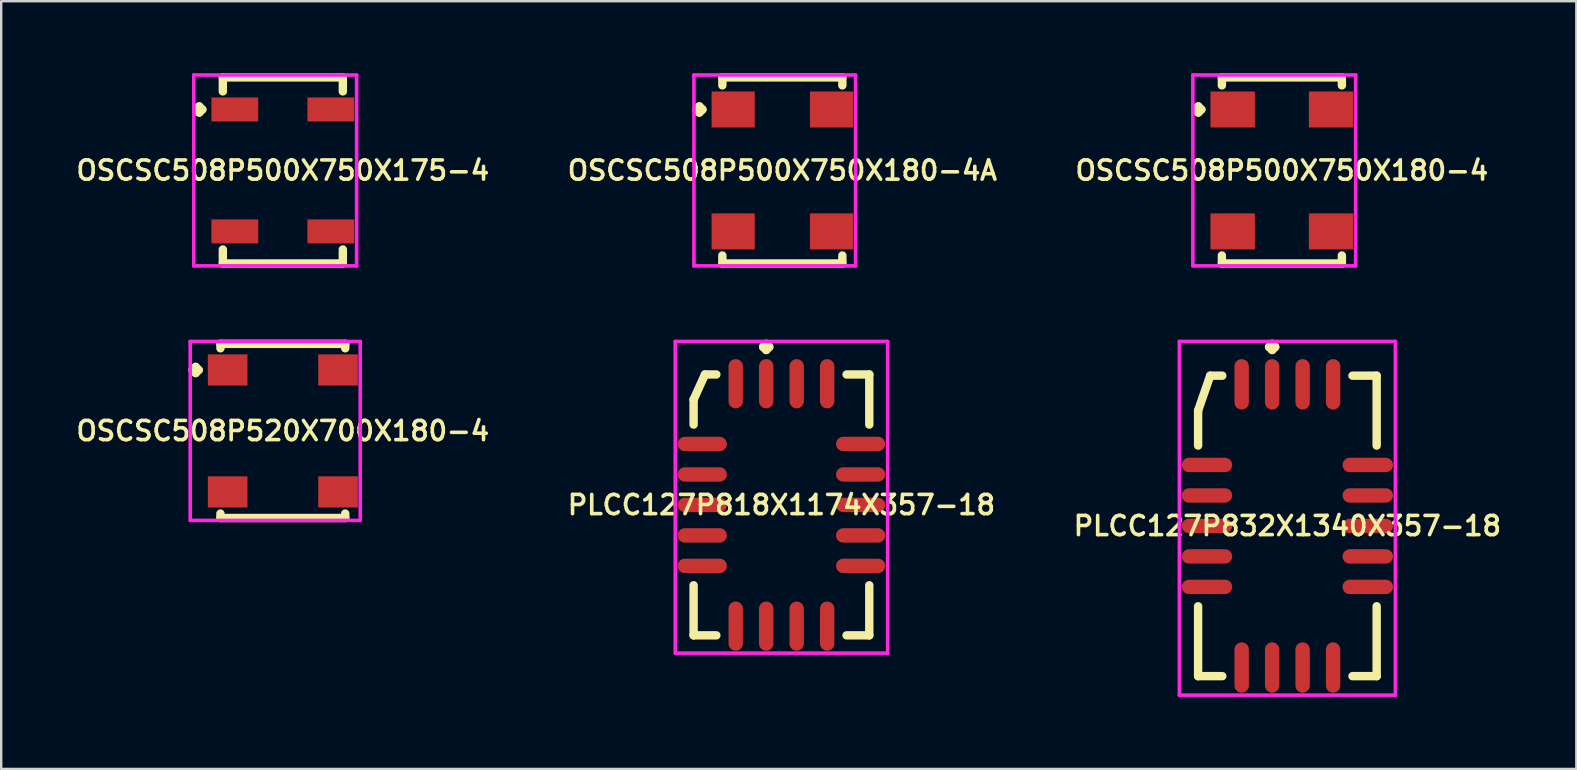
<source format=kicad_pcb>
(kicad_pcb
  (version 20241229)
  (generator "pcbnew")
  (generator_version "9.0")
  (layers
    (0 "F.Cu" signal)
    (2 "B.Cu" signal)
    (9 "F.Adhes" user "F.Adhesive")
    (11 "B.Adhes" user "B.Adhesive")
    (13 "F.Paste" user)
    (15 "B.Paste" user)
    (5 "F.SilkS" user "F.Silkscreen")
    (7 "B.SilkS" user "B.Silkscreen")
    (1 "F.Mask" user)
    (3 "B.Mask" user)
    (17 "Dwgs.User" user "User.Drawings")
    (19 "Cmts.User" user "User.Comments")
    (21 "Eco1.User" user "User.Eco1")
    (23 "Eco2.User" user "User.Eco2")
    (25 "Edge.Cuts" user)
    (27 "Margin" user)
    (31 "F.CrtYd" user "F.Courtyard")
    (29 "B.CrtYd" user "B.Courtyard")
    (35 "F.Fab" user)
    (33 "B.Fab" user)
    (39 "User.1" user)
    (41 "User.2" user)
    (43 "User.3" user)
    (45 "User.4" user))
  (footprint "OSCSC508P500X750X180-4"
    (layer "F.Cu")
    (at 50.363 4.052)
    (property "Reference" "OSCSC508P500X750X180-4" (at 0 0 0) (layer "F.SilkS") (effects (font (size 0.8 0.8) (thickness 0.15))))
    (attr smd)
    (fp_line (start -3.61 -2.54) (end -3.483 -2.667) (stroke (width 0.35) (type solid)) (layer "F.SilkS"))
    (fp_line (start -3.483 -2.667) (end -3.356 -2.54) (stroke (width 0.35) (type solid)) (layer "F.SilkS"))
    (fp_line (start -3.483 -2.413) (end -3.61 -2.54) (stroke (width 0.35) (type solid)) (layer "F.SilkS"))
    (fp_line (start -3.356 -2.54) (end -3.483 -2.413) (stroke (width 0.35) (type solid)) (layer "F.SilkS"))
    (fp_line (start -2.5 -3.877) (end 2.5 -3.877) (stroke (width 0.35) (type solid)) (layer "F.SilkS"))
    (fp_line (start -2.5 -3.544) (end -2.5 -3.877) (stroke (width 0.35) (type solid)) (layer "F.SilkS"))
    (fp_line (start -2.5 3.544) (end -2.5 3.877) (stroke (width 0.35) (type solid)) (layer "F.SilkS"))
    (fp_line (start -2.5 3.877) (end 2.5 3.877) (stroke (width 0.35) (type solid)) (layer "F.SilkS"))
    (fp_line (start 2.5 -3.877) (end 2.5 -3.544) (stroke (width 0.35) (type solid)) (layer "F.SilkS"))
    (fp_line (start 2.5 3.877) (end 2.5 3.544) (stroke (width 0.35) (type solid)) (layer "F.SilkS"))
    (fp_line (start -3.71 -3.977) (end 3.075 -3.977) (stroke (width 0.15) (type solid)) (layer "F.CrtYd"))
    (fp_line (start -3.71 3.977) (end -3.71 -3.977) (stroke (width 0.15) (type solid)) (layer "F.CrtYd"))
    (fp_line (start 3.075 -3.977) (end 3.075 3.977) (stroke (width 0.15) (type solid)) (layer "F.CrtYd"))
    (fp_line (start 3.075 3.977) (end -3.71 3.977) (stroke (width 0.15) (type solid)) (layer "F.CrtYd"))
    (pad "1" smd rect (at -2.05 -2.54) (size 1.85 1.5) (layers "F.Cu" "F.Mask" "F.Paste"))
    (pad "2" smd rect (at -2.05 2.54) (size 1.85 1.5) (layers "F.Cu" "F.Mask" "F.Paste"))
    (pad "3" smd rect (at 2.05 2.54) (size 1.85 1.5) (layers "F.Cu" "F.Mask" "F.Paste"))
    (pad "4" smd rect (at 2.05 -2.54) (size 1.85 1.5) (layers "F.Cu" "F.Mask" "F.Paste")))
  (footprint "OSCSC508P520X700X180-4"
    (layer "F.Cu")
    (at 8.735 14.906)
    (property "Reference" "OSCSC508P520X700X180-4" (at 0 0 0) (layer "F.SilkS") (effects (font (size 0.8 0.8) (thickness 0.15))))
    (attr smd)
    (fp_line (start -3.76 -2.54) (end -3.633 -2.667) (stroke (width 0.35) (type solid)) (layer "F.SilkS"))
    (fp_line (start -3.633 -2.667) (end -3.506 -2.54) (stroke (width 0.35) (type solid)) (layer "F.SilkS"))
    (fp_line (start -3.633 -2.413) (end -3.76 -2.54) (stroke (width 0.35) (type solid)) (layer "F.SilkS"))
    (fp_line (start -3.506 -2.54) (end -3.633 -2.413) (stroke (width 0.35) (type solid)) (layer "F.SilkS"))
    (fp_line (start -2.6 -3.627) (end 2.6 -3.627) (stroke (width 0.35) (type solid)) (layer "F.SilkS"))
    (fp_line (start -2.6 -3.444) (end -2.6 -3.627) (stroke (width 0.35) (type solid)) (layer "F.SilkS"))
    (fp_line (start -2.6 3.444) (end -2.6 3.627) (stroke (width 0.35) (type solid)) (layer "F.SilkS"))
    (fp_line (start -2.6 3.627) (end 2.6 3.627) (stroke (width 0.35) (type solid)) (layer "F.SilkS"))
    (fp_line (start 2.6 -3.627) (end 2.6 -3.444) (stroke (width 0.35) (type solid)) (layer "F.SilkS"))
    (fp_line (start 2.6 3.627) (end 2.6 3.444) (stroke (width 0.35) (type solid)) (layer "F.SilkS"))
    (fp_line (start -3.86 -3.727) (end 3.225 -3.727) (stroke (width 0.15) (type solid)) (layer "F.CrtYd"))
    (fp_line (start -3.86 3.727) (end -3.86 -3.727) (stroke (width 0.15) (type solid)) (layer "F.CrtYd"))
    (fp_line (start 3.225 -3.727) (end 3.225 3.727) (stroke (width 0.15) (type solid)) (layer "F.CrtYd"))
    (fp_line (start 3.225 3.727) (end -3.86 3.727) (stroke (width 0.15) (type solid)) (layer "F.CrtYd"))
    (pad "1" smd rect (at -2.3 -2.54) (size 1.65 1.3) (layers "F.Cu" "F.Mask" "F.Paste"))
    (pad "2" smd rect (at -2.3 2.54) (size 1.65 1.3) (layers "F.Cu" "F.Mask" "F.Paste"))
    (pad "3" smd rect (at 2.3 2.54) (size 1.65 1.3) (layers "F.Cu" "F.Mask" "F.Paste"))
    (pad "4" smd rect (at 2.3 -2.54) (size 1.65 1.3) (layers "F.Cu" "F.Mask" "F.Paste")))
  (footprint "OSCSC508P500X750X180-4A"
    (layer "F.Cu")
    (at 29.549 4.052)
    (property "Reference" "OSCSC508P500X750X180-4A" (at 0 0 0) (layer "F.SilkS") (effects (font (size 0.8 0.8) (thickness 0.15))))
    (attr smd)
    (fp_line (start -3.585 -2.54) (end -3.458 -2.667) (stroke (width 0.35) (type solid)) (layer "F.SilkS"))
    (fp_line (start -3.458 -2.667) (end -3.331 -2.54) (stroke (width 0.35) (type solid)) (layer "F.SilkS"))
    (fp_line (start -3.458 -2.413) (end -3.585 -2.54) (stroke (width 0.35) (type solid)) (layer "F.SilkS"))
    (fp_line (start -3.331 -2.54) (end -3.458 -2.413) (stroke (width 0.35) (type solid)) (layer "F.SilkS"))
    (fp_line (start -2.5 -3.877) (end 2.5 -3.877) (stroke (width 0.35) (type solid)) (layer "F.SilkS"))
    (fp_line (start -2.5 -3.544) (end -2.5 -3.877) (stroke (width 0.35) (type solid)) (layer "F.SilkS"))
    (fp_line (start -2.5 3.544) (end -2.5 3.877) (stroke (width 0.35) (type solid)) (layer "F.SilkS"))
    (fp_line (start -2.5 3.877) (end 2.5 3.877) (stroke (width 0.35) (type solid)) (layer "F.SilkS"))
    (fp_line (start 2.5 -3.877) (end 2.5 -3.544) (stroke (width 0.35) (type solid)) (layer "F.SilkS"))
    (fp_line (start 2.5 3.877) (end 2.5 3.544) (stroke (width 0.35) (type solid)) (layer "F.SilkS"))
    (fp_line (start -3.685 -3.977) (end 3.05 -3.977) (stroke (width 0.15) (type solid)) (layer "F.CrtYd"))
    (fp_line (start -3.685 3.977) (end -3.685 -3.977) (stroke (width 0.15) (type solid)) (layer "F.CrtYd"))
    (fp_line (start 3.05 -3.977) (end 3.05 3.977) (stroke (width 0.15) (type solid)) (layer "F.CrtYd"))
    (fp_line (start 3.05 3.977) (end -3.685 3.977) (stroke (width 0.15) (type solid)) (layer "F.CrtYd"))
    (pad "1" smd rect (at -2.05 -2.54) (size 1.8 1.5) (layers "F.Cu" "F.Mask" "F.Paste"))
    (pad "2" smd rect (at -2.05 2.54) (size 1.8 1.5) (layers "F.Cu" "F.Mask" "F.Paste"))
    (pad "3" smd rect (at 2.05 2.54) (size 1.8 1.5) (layers "F.Cu" "F.Mask" "F.Paste"))
    (pad "4" smd rect (at 2.05 -2.54) (size 1.8 1.5) (layers "F.Cu" "F.Mask" "F.Paste")))
  (footprint "PLCC127P818X1174X357-18"
    (layer "F.Cu")
    (at 29.511 17.989)
    (property "Reference" "PLCC127P818X1174X357-18" (at 0 0 0) (layer "F.SilkS") (effects (font (size 0.8 0.8) (thickness 0.15))))
    (attr smd)
    (fp_line (start -3.66 -4.391) (end -3.187 -5.435) (stroke (width 0.35) (type solid)) (layer "F.SilkS"))
    (fp_line (start -3.66 -3.348) (end -3.66 -4.391) (stroke (width 0.35) (type solid)) (layer "F.SilkS"))
    (fp_line (start -3.66 3.348) (end -3.66 5.435) (stroke (width 0.35) (type solid)) (layer "F.SilkS"))
    (fp_line (start -3.66 5.435) (end -2.713 5.435) (stroke (width 0.35) (type solid)) (layer "F.SilkS"))
    (fp_line (start -3.187 -5.435) (end -2.713 -5.435) (stroke (width 0.35) (type solid)) (layer "F.SilkS"))
    (fp_line (start -0.762 -6.583) (end -0.635 -6.71) (stroke (width 0.35) (type solid)) (layer "F.SilkS"))
    (fp_line (start -0.635 -6.71) (end -0.508 -6.583) (stroke (width 0.35) (type solid)) (layer "F.SilkS"))
    (fp_line (start -0.635 -6.456) (end -0.762 -6.583) (stroke (width 0.35) (type solid)) (layer "F.SilkS"))
    (fp_line (start -0.508 -6.583) (end -0.635 -6.456) (stroke (width 0.35) (type solid)) (layer "F.SilkS"))
    (fp_line (start 3.66 -5.435) (end 2.713 -5.435) (stroke (width 0.35) (type solid)) (layer "F.SilkS"))
    (fp_line (start 3.66 -3.348) (end 3.66 -5.435) (stroke (width 0.35) (type solid)) (layer "F.SilkS"))
    (fp_line (start 3.66 3.348) (end 3.66 5.435) (stroke (width 0.35) (type solid)) (layer "F.SilkS"))
    (fp_line (start 3.66 5.435) (end 2.713 5.435) (stroke (width 0.35) (type solid)) (layer "F.SilkS"))
    (fp_line (start -4.425 -6.81) (end 4.425 -6.81) (stroke (width 0.15) (type solid)) (layer "F.CrtYd"))
    (fp_line (start -4.425 6.175) (end -4.425 -6.81) (stroke (width 0.15) (type solid)) (layer "F.CrtYd"))
    (fp_line (start 4.425 -6.81) (end 4.425 6.175) (stroke (width 0.15) (type solid)) (layer "F.CrtYd"))
    (fp_line (start 4.425 6.175) (end -4.425 6.175) (stroke (width 0.15) (type solid)) (layer "F.CrtYd"))
    (pad "1" smd oval (at -0.635 -5.05) (size 0.6 2.05) (layers "F.Cu" "F.Mask" "F.Paste"))
    (pad "2" smd oval (at -1.905 -5.05) (size 0.6 2.05) (layers "F.Cu" "F.Mask" "F.Paste"))
    (pad "3" smd oval (at -3.3 -2.54) (size 2.05 0.6) (layers "F.Cu" "F.Mask" "F.Paste"))
    (pad "4" smd oval (at -3.3 -1.27) (size 2.05 0.6) (layers "F.Cu" "F.Mask" "F.Paste"))
    (pad "5" smd oval (at -3.3 0) (size 2.05 0.6) (layers "F.Cu" "F.Mask" "F.Paste"))
    (pad "6" smd oval (at -3.3 1.27) (size 2.05 0.6) (layers "F.Cu" "F.Mask" "F.Paste"))
    (pad "7" smd oval (at -3.3 2.54) (size 2.05 0.6) (layers "F.Cu" "F.Mask" "F.Paste"))
    (pad "8" smd oval (at -1.905 5.05) (size 0.6 2.05) (layers "F.Cu" "F.Mask" "F.Paste"))
    (pad "9" smd oval (at -0.635 5.05) (size 0.6 2.05) (layers "F.Cu" "F.Mask" "F.Paste"))
    (pad "10" smd oval (at 0.635 5.05) (size 0.6 2.05) (layers "F.Cu" "F.Mask" "F.Paste"))
    (pad "11" smd oval (at 1.905 5.05) (size 0.6 2.05) (layers "F.Cu" "F.Mask" "F.Paste"))
    (pad "12" smd oval (at 3.3 2.54) (size 2.05 0.6) (layers "F.Cu" "F.Mask" "F.Paste"))
    (pad "13" smd oval (at 3.3 1.27) (size 2.05 0.6) (layers "F.Cu" "F.Mask" "F.Paste"))
    (pad "14" smd oval (at 3.3 0) (size 2.05 0.6) (layers "F.Cu" "F.Mask" "F.Paste"))
    (pad "15" smd oval (at 3.3 -1.27) (size 2.05 0.6) (layers "F.Cu" "F.Mask" "F.Paste"))
    (pad "16" smd oval (at 3.3 -2.54) (size 2.05 0.6) (layers "F.Cu" "F.Mask" "F.Paste"))
    (pad "17" smd oval (at 1.905 -5.05) (size 0.6 2.05) (layers "F.Cu" "F.Mask" "F.Paste"))
    (pad "18" smd oval (at 0.635 -5.05) (size 0.6 2.05) (layers "F.Cu" "F.Mask" "F.Paste")))
  (footprint "PLCC127P832X1340X357-18"
    (layer "F.Cu")
    (at 50.592 18.864)
    (property "Reference" "PLCC127P832X1340X357-18" (at 0 0 0) (layer "F.SilkS") (effects (font (size 0.8 0.8) (thickness 0.15))))
    (attr smd)
    (fp_line (start -3.72 -4.804) (end -3.216 -6.26) (stroke (width 0.35) (type solid)) (layer "F.SilkS"))
    (fp_line (start -3.72 -3.348) (end -3.72 -4.804) (stroke (width 0.35) (type solid)) (layer "F.SilkS"))
    (fp_line (start -3.72 3.348) (end -3.72 6.26) (stroke (width 0.35) (type solid)) (layer "F.SilkS"))
    (fp_line (start -3.72 6.26) (end -2.713 6.26) (stroke (width 0.35) (type solid)) (layer "F.SilkS"))
    (fp_line (start -3.216 -6.26) (end -2.713 -6.26) (stroke (width 0.35) (type solid)) (layer "F.SilkS"))
    (fp_line (start -0.762 -7.458) (end -0.635 -7.585) (stroke (width 0.35) (type solid)) (layer "F.SilkS"))
    (fp_line (start -0.635 -7.585) (end -0.508 -7.458) (stroke (width 0.35) (type solid)) (layer "F.SilkS"))
    (fp_line (start -0.635 -7.331) (end -0.762 -7.458) (stroke (width 0.35) (type solid)) (layer "F.SilkS"))
    (fp_line (start -0.508 -7.458) (end -0.635 -7.331) (stroke (width 0.35) (type solid)) (layer "F.SilkS"))
    (fp_line (start 3.72 -6.26) (end 2.713 -6.26) (stroke (width 0.35) (type solid)) (layer "F.SilkS"))
    (fp_line (start 3.72 -3.348) (end 3.72 -6.26) (stroke (width 0.35) (type solid)) (layer "F.SilkS"))
    (fp_line (start 3.72 3.348) (end 3.72 6.26) (stroke (width 0.35) (type solid)) (layer "F.SilkS"))
    (fp_line (start 3.72 6.26) (end 2.713 6.26) (stroke (width 0.35) (type solid)) (layer "F.SilkS"))
    (fp_line (start -4.5 -7.685) (end 4.5 -7.685) (stroke (width 0.15) (type solid)) (layer "F.CrtYd"))
    (fp_line (start -4.5 7.05) (end -4.5 -7.685) (stroke (width 0.15) (type solid)) (layer "F.CrtYd"))
    (fp_line (start 4.5 -7.685) (end 4.5 7.05) (stroke (width 0.15) (type solid)) (layer "F.CrtYd"))
    (fp_line (start 4.5 7.05) (end -4.5 7.05) (stroke (width 0.15) (type solid)) (layer "F.CrtYd"))
    (pad "1" smd oval (at -0.635 -5.9) (size 0.6 2.1) (layers "F.Cu" "F.Mask" "F.Paste"))
    (pad "2" smd oval (at -1.905 -5.9) (size 0.6 2.1) (layers "F.Cu" "F.Mask" "F.Paste"))
    (pad "3" smd oval (at -3.35 -2.54) (size 2.1 0.6) (layers "F.Cu" "F.Mask" "F.Paste"))
    (pad "4" smd oval (at -3.35 -1.27) (size 2.1 0.6) (layers "F.Cu" "F.Mask" "F.Paste"))
    (pad "5" smd oval (at -3.35 0) (size 2.1 0.6) (layers "F.Cu" "F.Mask" "F.Paste"))
    (pad "6" smd oval (at -3.35 1.27) (size 2.1 0.6) (layers "F.Cu" "F.Mask" "F.Paste"))
    (pad "7" smd oval (at -3.35 2.54) (size 2.1 0.6) (layers "F.Cu" "F.Mask" "F.Paste"))
    (pad "8" smd oval (at -1.905 5.9) (size 0.6 2.1) (layers "F.Cu" "F.Mask" "F.Paste"))
    (pad "9" smd oval (at -0.635 5.9) (size 0.6 2.1) (layers "F.Cu" "F.Mask" "F.Paste"))
    (pad "10" smd oval (at 0.635 5.9) (size 0.6 2.1) (layers "F.Cu" "F.Mask" "F.Paste"))
    (pad "11" smd oval (at 1.905 5.9) (size 0.6 2.1) (layers "F.Cu" "F.Mask" "F.Paste"))
    (pad "12" smd oval (at 3.35 2.54) (size 2.1 0.6) (layers "F.Cu" "F.Mask" "F.Paste"))
    (pad "13" smd oval (at 3.35 1.27) (size 2.1 0.6) (layers "F.Cu" "F.Mask" "F.Paste"))
    (pad "14" smd oval (at 3.35 0) (size 2.1 0.6) (layers "F.Cu" "F.Mask" "F.Paste"))
    (pad "15" smd oval (at 3.35 -1.27) (size 2.1 0.6) (layers "F.Cu" "F.Mask" "F.Paste"))
    (pad "16" smd oval (at 3.35 -2.54) (size 2.1 0.6) (layers "F.Cu" "F.Mask" "F.Paste"))
    (pad "17" smd oval (at 1.905 -5.9) (size 0.6 2.1) (layers "F.Cu" "F.Mask" "F.Paste"))
    (pad "18" smd oval (at 0.635 -5.9) (size 0.6 2.1) (layers "F.Cu" "F.Mask" "F.Paste")))
  (footprint "OSCSC508P500X750X175-4"
    (layer "F.Cu")
    (at 8.735 4.052)
    (property "Reference" "OSCSC508P500X750X175-4" (at 0 0 0) (layer "F.SilkS") (effects (font (size 0.8 0.8) (thickness 0.15))))
    (attr smd)
    (fp_line (start -3.61 -2.54) (end -3.483 -2.667) (stroke (width 0.35) (type solid)) (layer "F.SilkS"))
    (fp_line (start -3.483 -2.667) (end -3.356 -2.54) (stroke (width 0.35) (type solid)) (layer "F.SilkS"))
    (fp_line (start -3.483 -2.413) (end -3.61 -2.54) (stroke (width 0.35) (type solid)) (layer "F.SilkS"))
    (fp_line (start -3.356 -2.54) (end -3.483 -2.413) (stroke (width 0.35) (type solid)) (layer "F.SilkS"))
    (fp_line (start -2.5 -3.877) (end 2.5 -3.877) (stroke (width 0.35) (type solid)) (layer "F.SilkS"))
    (fp_line (start -2.5 -3.294) (end -2.5 -3.877) (stroke (width 0.35) (type solid)) (layer "F.SilkS"))
    (fp_line (start -2.5 3.294) (end -2.5 3.877) (stroke (width 0.35) (type solid)) (layer "F.SilkS"))
    (fp_line (start -2.5 3.877) (end 2.5 3.877) (stroke (width 0.35) (type solid)) (layer "F.SilkS"))
    (fp_line (start 2.5 -3.877) (end 2.5 -3.294) (stroke (width 0.35) (type solid)) (layer "F.SilkS"))
    (fp_line (start 2.5 3.877) (end 2.5 3.294) (stroke (width 0.35) (type solid)) (layer "F.SilkS"))
    (fp_line (start -3.71 -3.977) (end 3.075 -3.977) (stroke (width 0.15) (type solid)) (layer "F.CrtYd"))
    (fp_line (start -3.71 3.977) (end -3.71 -3.977) (stroke (width 0.15) (type solid)) (layer "F.CrtYd"))
    (fp_line (start 3.075 -3.977) (end 3.075 3.977) (stroke (width 0.15) (type solid)) (layer "F.CrtYd"))
    (fp_line (start 3.075 3.977) (end -3.71 3.977) (stroke (width 0.15) (type solid)) (layer "F.CrtYd"))
    (pad "1" smd rect (at -2 -2.54) (size 1.95 1) (layers "F.Cu" "F.Mask" "F.Paste"))
    (pad "2" smd rect (at -2 2.54) (size 1.95 1) (layers "F.Cu" "F.Mask" "F.Paste"))
    (pad "3" smd rect (at 2 2.54) (size 1.95 1) (layers "F.Cu" "F.Mask" "F.Paste"))
    (pad "4" smd rect (at 2 -2.54) (size 1.95 1) (layers "F.Cu" "F.Mask" "F.Paste")))
  (gr_rect
    (start -3 -3)
    (end 62.632 28.989)
    (stroke (width 0.1) (type default))
    (fill no)
    (layer "Edge.Cuts")))
</source>
